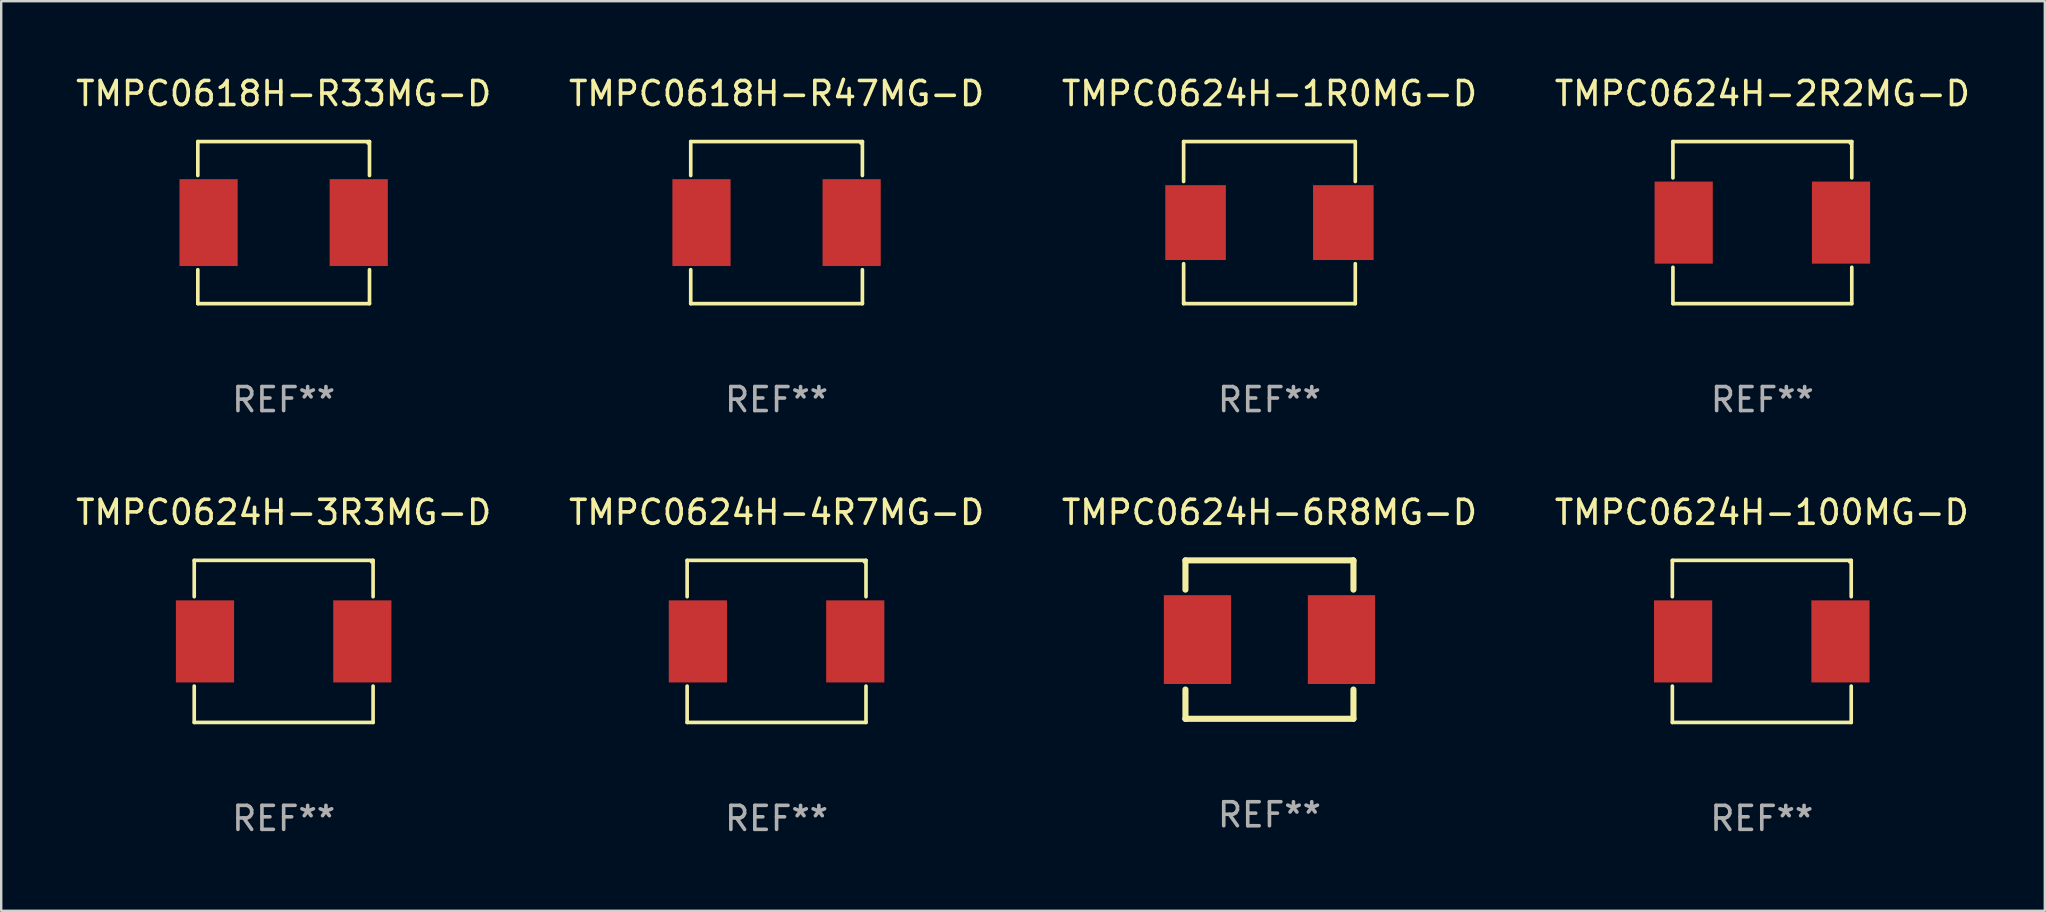
<source format=kicad_pcb>
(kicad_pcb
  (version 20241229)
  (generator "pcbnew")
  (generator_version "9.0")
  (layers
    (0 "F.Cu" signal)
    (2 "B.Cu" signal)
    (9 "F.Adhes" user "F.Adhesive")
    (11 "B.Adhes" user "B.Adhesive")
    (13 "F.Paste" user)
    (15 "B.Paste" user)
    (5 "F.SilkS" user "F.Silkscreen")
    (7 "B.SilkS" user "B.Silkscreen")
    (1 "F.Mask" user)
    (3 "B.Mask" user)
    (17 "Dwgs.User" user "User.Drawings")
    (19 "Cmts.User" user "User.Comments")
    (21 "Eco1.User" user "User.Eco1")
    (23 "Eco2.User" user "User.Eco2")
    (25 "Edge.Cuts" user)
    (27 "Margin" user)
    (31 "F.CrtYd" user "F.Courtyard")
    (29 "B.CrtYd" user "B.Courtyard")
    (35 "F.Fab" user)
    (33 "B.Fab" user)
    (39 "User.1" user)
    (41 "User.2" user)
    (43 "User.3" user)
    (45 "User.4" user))
  (footprint "TMPC0624H-100MG-D"
    (layer "F.Cu")
    (at 70.351 23.673)
    (property "Reference" "TMPC0624H-100MG-D" (at 0 -5.376 0) (layer "F.SilkS") (effects (font (size 1 1) (thickness 0.15))))
    (attr through_hole)
    (fp_line (start -3.726 -3.376) (end 3.726 -3.376) (stroke (width 0.152) (type solid)) (layer "F.SilkS"))
    (fp_line (start -3.726 -1.862) (end -3.726 -3.376) (stroke (width 0.152) (type solid)) (layer "F.SilkS"))
    (fp_line (start -3.726 1.862) (end -3.726 3.376) (stroke (width 0.152) (type solid)) (layer "F.SilkS"))
    (fp_line (start -3.726 3.376) (end 3.726 3.376) (stroke (width 0.152) (type solid)) (layer "F.SilkS"))
    (fp_line (start 3.726 -3.376) (end 3.726 -1.862) (stroke (width 0.152) (type solid)) (layer "F.SilkS"))
    (fp_line (start 3.726 3.376) (end 3.726 1.862) (stroke (width 0.152) (type solid)) (layer "F.SilkS"))
    (fp_circle (center 3.65 -3.3) (end 3.68 -3.3) (stroke (width 0.06) (type solid)) (fill no) (layer "F.SilkS"))
    (fp_text user "REF**" (at 0 7.376 0) (layer "F.Fab") (effects (font (size 1 1) (thickness 0.15))))
    (pad "1" smd rect (at 3.278 0) (size 2.424 3.42) (layers "F.Cu" "F.Mask" "F.Paste"))
    (pad "2" smd rect (at -3.278 0) (size 2.424 3.42) (layers "F.Cu" "F.Mask" "F.Paste")))
  (footprint "TMPC0624H-2R2MG-D"
    (layer "F.Cu")
    (at 70.375 6.224)
    (property "Reference" "TMPC0624H-2R2MG-D" (at 0 -5.376 0) (layer "F.SilkS") (effects (font (size 1 1) (thickness 0.15))))
    (attr through_hole)
    (fp_line (start -3.726 -3.376) (end 3.726 -3.376) (stroke (width 0.152) (type solid)) (layer "F.SilkS"))
    (fp_line (start -3.726 -1.862) (end -3.726 -3.376) (stroke (width 0.152) (type solid)) (layer "F.SilkS"))
    (fp_line (start -3.726 1.862) (end -3.726 3.376) (stroke (width 0.152) (type solid)) (layer "F.SilkS"))
    (fp_line (start -3.726 3.376) (end 3.726 3.376) (stroke (width 0.152) (type solid)) (layer "F.SilkS"))
    (fp_line (start 3.726 -3.376) (end 3.726 -1.862) (stroke (width 0.152) (type solid)) (layer "F.SilkS"))
    (fp_line (start 3.726 3.376) (end 3.726 1.862) (stroke (width 0.152) (type solid)) (layer "F.SilkS"))
    (fp_circle (center 3.65 -3.3) (end 3.68 -3.3) (stroke (width 0.06) (type solid)) (fill no) (layer "F.SilkS"))
    (fp_text user "REF**" (at 0 7.376 0) (layer "F.Fab") (effects (font (size 1 1) (thickness 0.15))))
    (pad "1" smd rect (at 3.278 0) (size 2.424 3.42) (layers "F.Cu" "F.Mask" "F.Paste"))
    (pad "2" smd rect (at -3.278 0) (size 2.424 3.42) (layers "F.Cu" "F.Mask" "F.Paste")))
  (footprint "TMPC0624H-6R8MG-D"
    (layer "F.Cu")
    (at 49.839 23.597)
    (property "Reference" "TMPC0624H-6R8MG-D" (at 0 -5.3 0) (layer "F.SilkS") (effects (font (size 1 1) (thickness 0.15))))
    (attr through_hole)
    (fp_line (start -3.5 -3.3) (end 3.48 -3.3) (stroke (width 0.254) (type solid)) (layer "F.SilkS"))
    (fp_line (start -3.5 -2.081) (end -3.5 -3.3) (stroke (width 0.254) (type solid)) (layer "F.SilkS"))
    (fp_line (start -3.5 3.3) (end -3.5 2.081) (stroke (width 0.254) (type solid)) (layer "F.SilkS"))
    (fp_line (start -3.49 3.3) (end -3.5 3.3) (stroke (width 0.254) (type solid)) (layer "F.SilkS"))
    (fp_line (start 3.48 -3.3) (end 3.5 -3.28) (stroke (width 0.254) (type solid)) (layer "F.SilkS"))
    (fp_line (start 3.5 -3.3) (end 3.5 -2.081) (stroke (width 0.254) (type solid)) (layer "F.SilkS"))
    (fp_line (start 3.5 2.081) (end 3.5 3.3) (stroke (width 0.254) (type solid)) (layer "F.SilkS"))
    (fp_line (start 3.5 3.3) (end -3.49 3.3) (stroke (width 0.254) (type solid)) (layer "F.SilkS"))
    (fp_circle (center -3.5 3.3) (end -3.47 3.3) (stroke (width 0.06) (type solid)) (fill no) (layer "F.SilkS"))
    (fp_text user "REF**" (at 0 7.3 0) (layer "F.Fab") (effects (font (size 1 1) (thickness 0.15))))
    (pad "1" smd rect (at -3 0) (size 2.8 3.7) (layers "F.Cu" "F.Mask" "F.Paste"))
    (pad "2" smd rect (at 3 0) (size 2.8 3.7) (layers "F.Cu" "F.Mask" "F.Paste")))
  (footprint "TMPC0618H-R47MG-D"
    (layer "F.Cu")
    (at 29.304 6.224)
    (property "Reference" "TMPC0618H-R47MG-D" (at 0 -5.376 0) (layer "F.SilkS") (effects (font (size 1 1) (thickness 0.15))))
    (attr through_hole)
    (fp_line (start -3.576 -3.376) (end 3.576 -3.376) (stroke (width 0.152) (type solid)) (layer "F.SilkS"))
    (fp_line (start -3.576 -1.962) (end -3.576 -3.376) (stroke (width 0.152) (type solid)) (layer "F.SilkS"))
    (fp_line (start -3.576 1.962) (end -3.576 3.376) (stroke (width 0.152) (type solid)) (layer "F.SilkS"))
    (fp_line (start -3.576 3.376) (end 3.576 3.376) (stroke (width 0.152) (type solid)) (layer "F.SilkS"))
    (fp_line (start 3.576 -3.376) (end 3.576 -1.962) (stroke (width 0.152) (type solid)) (layer "F.SilkS"))
    (fp_line (start 3.576 3.376) (end 3.576 1.962) (stroke (width 0.152) (type solid)) (layer "F.SilkS"))
    (fp_circle (center 3.5 -3.3) (end 3.53 -3.3) (stroke (width 0.06) (type solid)) (fill no) (layer "F.SilkS"))
    (fp_text user "REF**" (at 0 7.376 0) (layer "F.Fab") (effects (font (size 1 1) (thickness 0.15))))
    (pad "1" smd rect (at 3.128 0) (size 2.424 3.62) (layers "F.Cu" "F.Mask" "F.Paste"))
    (pad "2" smd rect (at -3.128 0) (size 2.424 3.62) (layers "F.Cu" "F.Mask" "F.Paste")))
  (footprint "TMPC0618H-R33MG-D"
    (layer "F.Cu")
    (at 8.768 6.224)
    (property "Reference" "TMPC0618H-R33MG-D" (at 0 -5.376 0) (layer "F.SilkS") (effects (font (size 1 1) (thickness 0.15))))
    (attr through_hole)
    (fp_line (start -3.576 -3.376) (end 3.576 -3.376) (stroke (width 0.152) (type solid)) (layer "F.SilkS"))
    (fp_line (start -3.576 -1.962) (end -3.576 -3.376) (stroke (width 0.152) (type solid)) (layer "F.SilkS"))
    (fp_line (start -3.576 1.962) (end -3.576 3.376) (stroke (width 0.152) (type solid)) (layer "F.SilkS"))
    (fp_line (start -3.576 3.376) (end 3.576 3.376) (stroke (width 0.152) (type solid)) (layer "F.SilkS"))
    (fp_line (start 3.576 -3.376) (end 3.576 -1.962) (stroke (width 0.152) (type solid)) (layer "F.SilkS"))
    (fp_line (start 3.576 3.376) (end 3.576 1.962) (stroke (width 0.152) (type solid)) (layer "F.SilkS"))
    (fp_circle (center 3.5 -3.3) (end 3.53 -3.3) (stroke (width 0.06) (type solid)) (fill no) (layer "F.SilkS"))
    (fp_text user "REF**" (at 0 7.376 0) (layer "F.Fab") (effects (font (size 1 1) (thickness 0.15))))
    (pad "1" smd rect (at 3.128 0) (size 2.424 3.62) (layers "F.Cu" "F.Mask" "F.Paste"))
    (pad "2" smd rect (at -3.128 0) (size 2.424 3.62) (layers "F.Cu" "F.Mask" "F.Paste")))
  (footprint "TMPC0624H-4R7MG-D"
    (layer "F.Cu")
    (at 29.304 23.673)
    (property "Reference" "TMPC0624H-4R7MG-D" (at 0 -5.376 0) (layer "F.SilkS") (effects (font (size 1 1) (thickness 0.15))))
    (attr through_hole)
    (fp_line (start -3.726 -3.376) (end 3.726 -3.376) (stroke (width 0.152) (type solid)) (layer "F.SilkS"))
    (fp_line (start -3.726 -1.862) (end -3.726 -3.376) (stroke (width 0.152) (type solid)) (layer "F.SilkS"))
    (fp_line (start -3.726 1.862) (end -3.726 3.376) (stroke (width 0.152) (type solid)) (layer "F.SilkS"))
    (fp_line (start -3.726 3.376) (end 3.726 3.376) (stroke (width 0.152) (type solid)) (layer "F.SilkS"))
    (fp_line (start 3.726 -3.376) (end 3.726 -1.862) (stroke (width 0.152) (type solid)) (layer "F.SilkS"))
    (fp_line (start 3.726 3.376) (end 3.726 1.862) (stroke (width 0.152) (type solid)) (layer "F.SilkS"))
    (fp_circle (center 3.65 -3.3) (end 3.68 -3.3) (stroke (width 0.06) (type solid)) (fill no) (layer "F.SilkS"))
    (fp_text user "REF**" (at 0 7.376 0) (layer "F.Fab") (effects (font (size 1 1) (thickness 0.15))))
    (pad "1" smd rect (at 3.278 0) (size 2.424 3.42) (layers "F.Cu" "F.Mask" "F.Paste"))
    (pad "2" smd rect (at -3.278 0) (size 2.424 3.42) (layers "F.Cu" "F.Mask" "F.Paste")))
  (footprint "TMPC0624H-3R3MG-D"
    (layer "F.Cu")
    (at 8.768 23.673)
    (property "Reference" "TMPC0624H-3R3MG-D" (at 0 -5.376 0) (layer "F.SilkS") (effects (font (size 1 1) (thickness 0.15))))
    (attr through_hole)
    (fp_line (start -3.726 -3.376) (end 3.726 -3.376) (stroke (width 0.152) (type solid)) (layer "F.SilkS"))
    (fp_line (start -3.726 -1.862) (end -3.726 -3.376) (stroke (width 0.152) (type solid)) (layer "F.SilkS"))
    (fp_line (start -3.726 1.862) (end -3.726 3.376) (stroke (width 0.152) (type solid)) (layer "F.SilkS"))
    (fp_line (start -3.726 3.376) (end 3.726 3.376) (stroke (width 0.152) (type solid)) (layer "F.SilkS"))
    (fp_line (start 3.726 -3.376) (end 3.726 -1.862) (stroke (width 0.152) (type solid)) (layer "F.SilkS"))
    (fp_line (start 3.726 3.376) (end 3.726 1.862) (stroke (width 0.152) (type solid)) (layer "F.SilkS"))
    (fp_circle (center 3.65 -3.3) (end 3.68 -3.3) (stroke (width 0.06) (type solid)) (fill no) (layer "F.SilkS"))
    (fp_text user "REF**" (at 0 7.376 0) (layer "F.Fab") (effects (font (size 1 1) (thickness 0.15))))
    (pad "1" smd rect (at 3.278 0) (size 2.424 3.42) (layers "F.Cu" "F.Mask" "F.Paste"))
    (pad "2" smd rect (at -3.278 0) (size 2.424 3.42) (layers "F.Cu" "F.Mask" "F.Paste")))
  (footprint "TMPC0624H-1R0MG-D"
    (layer "F.Cu")
    (at 49.839 6.224)
    (property "Reference" "TMPC0624H-1R0MG-D" (at 0 -5.376 0) (layer "F.SilkS") (effects (font (size 1 1) (thickness 0.15))))
    (attr through_hole)
    (fp_line (start -3.576 -3.376) (end 3.576 -3.376) (stroke (width 0.152) (type solid)) (layer "F.SilkS"))
    (fp_line (start -3.576 -1.712) (end -3.576 -3.376) (stroke (width 0.152) (type solid)) (layer "F.SilkS"))
    (fp_line (start -3.576 1.712) (end -3.576 3.376) (stroke (width 0.152) (type solid)) (layer "F.SilkS"))
    (fp_line (start -3.576 3.376) (end 3.576 3.376) (stroke (width 0.152) (type solid)) (layer "F.SilkS"))
    (fp_line (start 3.576 -3.376) (end 3.576 -1.712) (stroke (width 0.152) (type solid)) (layer "F.SilkS"))
    (fp_line (start 3.576 3.376) (end 3.576 1.712) (stroke (width 0.152) (type solid)) (layer "F.SilkS"))
    (fp_circle (center -3.552 3.307) (end -3.522 3.307) (stroke (width 0.06) (type solid)) (fill no) (layer "F.SilkS"))
    (fp_text user "REF**" (at 0 7.376 0) (layer "F.Fab") (effects (font (size 1 1) (thickness 0.15))))
    (pad "1" smd rect (at -3.078 0) (size 2.524 3.12) (layers "F.Cu" "F.Mask" "F.Paste"))
    (pad "2" smd rect (at 3.078 0) (size 2.524 3.12) (layers "F.Cu" "F.Mask" "F.Paste")))
  (gr_rect
    (start -3 -3)
    (end 82.143 34.898)
    (stroke (width 0.1) (type default))
    (fill no)
    (layer "Edge.Cuts")))
</source>
